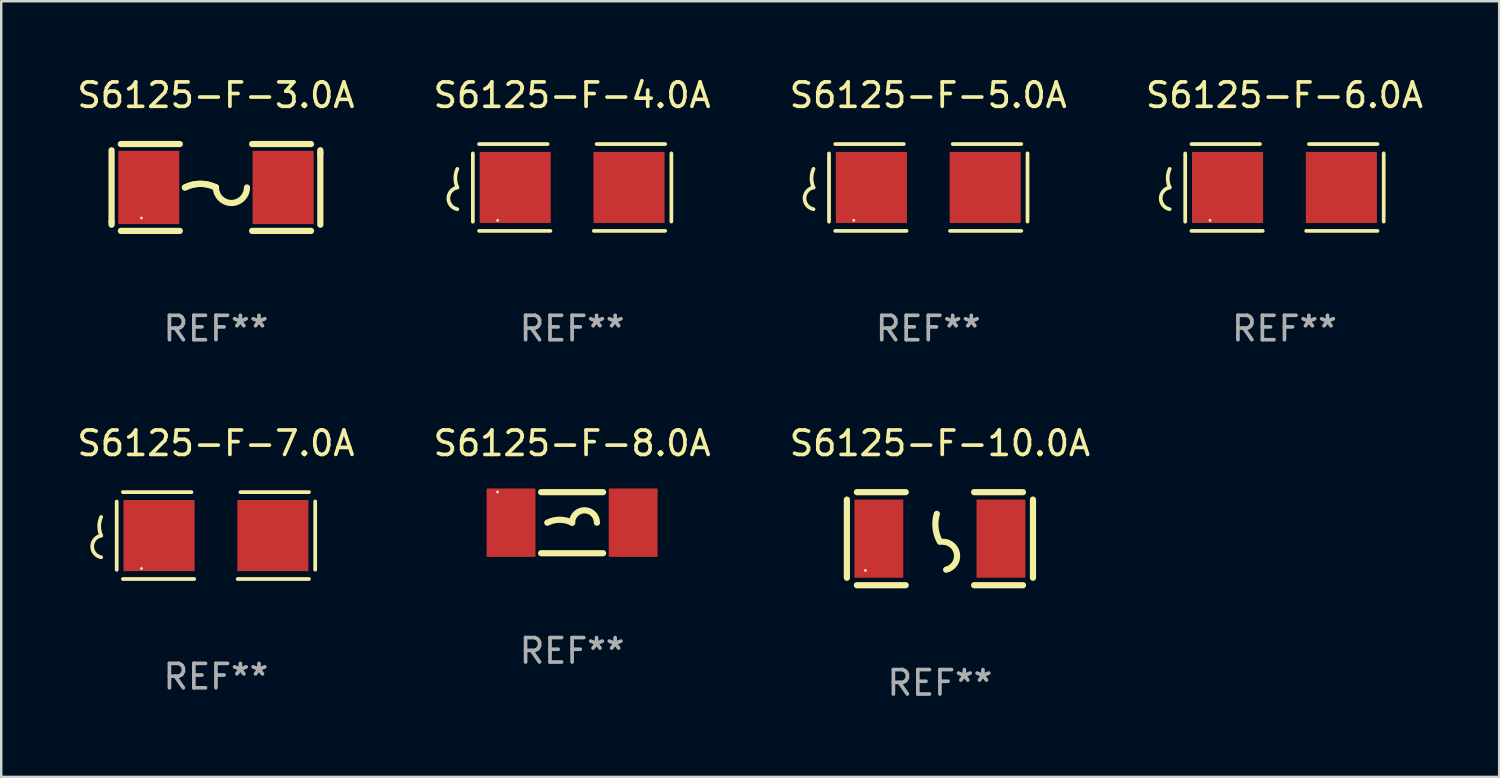
<source format=kicad_pcb>
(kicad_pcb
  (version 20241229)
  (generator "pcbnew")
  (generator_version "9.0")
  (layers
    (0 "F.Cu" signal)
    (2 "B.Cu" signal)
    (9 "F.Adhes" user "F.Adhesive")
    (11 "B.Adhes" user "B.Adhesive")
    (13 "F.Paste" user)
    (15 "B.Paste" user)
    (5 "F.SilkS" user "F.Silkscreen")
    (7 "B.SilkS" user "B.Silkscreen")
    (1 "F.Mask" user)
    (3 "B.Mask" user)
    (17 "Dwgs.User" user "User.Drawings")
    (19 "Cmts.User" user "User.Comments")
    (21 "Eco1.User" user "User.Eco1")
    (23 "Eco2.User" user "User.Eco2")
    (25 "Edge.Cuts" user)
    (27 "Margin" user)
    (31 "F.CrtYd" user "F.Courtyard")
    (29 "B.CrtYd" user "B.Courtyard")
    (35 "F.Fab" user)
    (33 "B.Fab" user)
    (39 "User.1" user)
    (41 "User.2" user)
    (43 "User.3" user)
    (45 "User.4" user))
  (footprint "S6125-F-8.0A"
    (layer "F.Cu")
    (at 20.375 18.351)
    (property "Reference" "S6125-F-8.0A" (at 0 -3.25 0) (layer "F.SilkS") (effects (font (size 1 1) (thickness 0.15))))
    (attr through_hole)
    (fp_line (start -1.269 -1.25) (end 1.269 -1.25) (stroke (width 0.254) (type solid)) (layer "F.SilkS"))
    (fp_line (start -1.269 1.25) (end 1.269 1.25) (stroke (width 0.254) (type solid)) (layer "F.SilkS"))
    (fp_arc (start -1.016002 0) (mid -0.508001 -0.119923) (end 0 0) (stroke (width 0.254001) (type solid)) (layer "F.SilkS"))
    (fp_arc (start 0 0) (mid 0.508001 -0.508001) (end 1.016002 0) (stroke (width 0.254001) (type solid)) (layer "F.SilkS"))
    (fp_circle (center -3.053 -1.256) (end -3.023 -1.256) (stroke (width 0.06) (type solid)) (fill no) (layer "F.SilkS"))
    (fp_text user "REF**" (at 0 5.25 0) (layer "F.Fab") (effects (font (size 1 1) (thickness 0.15))))
    (pad "1" smd rect (at -2.5 0) (size 2 2.8) (layers "F.Cu" "F.Mask" "F.Paste"))
    (pad "2" smd rect (at 2.5 0) (size 2 2.8) (layers "F.Cu" "F.Mask" "F.Paste")))
  (footprint "S6125-F-3.0A"
    (layer "F.Cu")
    (at 5.792 4.626)
    (property "Reference" "S6125-F-3.0A" (at 0 -3.778 0) (layer "F.SilkS") (effects (font (size 1 1) (thickness 0.15))))
    (attr through_hole)
    (fp_line (start -4.274 -1.524) (end -4.274 1.397) (stroke (width 0.254) (type solid)) (layer "F.SilkS"))
    (fp_line (start -4.274 1.397) (end -4.274 1.524) (stroke (width 0.254) (type solid)) (layer "F.SilkS"))
    (fp_line (start -3.893 1.778) (end -1.48 1.778) (stroke (width 0.254) (type solid)) (layer "F.SilkS"))
    (fp_line (start -1.48 -1.778) (end -3.893 -1.778) (stroke (width 0.254) (type solid)) (layer "F.SilkS"))
    (fp_line (start 1.48 1.778) (end 3.893 1.778) (stroke (width 0.254) (type solid)) (layer "F.SilkS"))
    (fp_line (start 3.893 -1.778) (end 1.48 -1.778) (stroke (width 0.254) (type solid)) (layer "F.SilkS"))
    (fp_line (start 4.274 -1.397) (end 4.274 -1.524) (stroke (width 0.254) (type solid)) (layer "F.SilkS"))
    (fp_line (start 4.274 1.524) (end 4.274 -1.397) (stroke (width 0.254) (type solid)) (layer "F.SilkS"))
    (fp_arc (start -1.26999 0) (mid -0.634989 -0.149903) (end 0.000013 0) (stroke (width 0.254001) (type solid)) (layer "F.SilkS"))
    (fp_arc (start -1.26999 0) (mid -0.634989 -0.149903) (end 0.000013 0) (stroke (width 0.254001) (type solid)) (layer "F.SilkS"))
    (fp_arc (start 1.270015 0) (mid 0.635014 0.635001) (end 0.000013 0) (stroke (width 0.254001) (type solid)) (layer "F.SilkS"))
    (fp_circle (center -3.05 1.25) (end -3.02 1.25) (stroke (width 0.06) (type solid)) (fill no) (layer "F.SilkS"))
    (fp_text user "REF**" (at 0 5.778 0) (layer "F.Fab") (effects (font (size 1 1) (thickness 0.15))))
    (pad "1" smd rect (at -2.75 0) (size 2.5 3) (layers "F.Cu" "F.Mask" "F.Paste"))
    (pad "2" smd rect (at 2.75 0) (size 2.5 3) (layers "F.Cu" "F.Mask" "F.Paste")))
  (footprint "S6125-F-7.0A"
    (layer "F.Cu")
    (at 5.792 18.879)
    (property "Reference" "S6125-F-7.0A" (at 0 -3.778 0) (layer "F.SilkS") (effects (font (size 1 1) (thickness 0.15))))
    (attr through_hole)
    (fp_line (start -4.064 -1.393) (end -4.064 1.401) (stroke (width 0.152) (type solid)) (layer "F.SilkS"))
    (fp_line (start -3.81 -1.778) (end -1.002 -1.778) (stroke (width 0.152) (type solid)) (layer "F.SilkS"))
    (fp_line (start -0.889 1.778) (end -3.81 1.778) (stroke (width 0.152) (type solid)) (layer "F.SilkS"))
    (fp_line (start 0.889 1.778) (end 3.81 1.778) (stroke (width 0.152) (type solid)) (layer "F.SilkS"))
    (fp_line (start 3.81 -1.778) (end 1.002 -1.778) (stroke (width 0.152) (type solid)) (layer "F.SilkS"))
    (fp_line (start 4.064 -1.397) (end 4.064 1.397) (stroke (width 0.152) (type solid)) (layer "F.SilkS"))
    (fp_arc (start -4.699009 0) (mid -4.780645 -0.381001) (end -4.699009 -0.762002) (stroke (width 0.151994) (type solid)) (layer "F.SilkS"))
    (fp_arc (start -4.699009 0.889002) (mid -5.066697 0.444501) (end -4.699009 0) (stroke (width 0.151994) (type solid)) (layer "F.SilkS"))
    (fp_circle (center -3.05 1.347) (end -3.02 1.347) (stroke (width 0.06) (type solid)) (fill no) (layer "F.SilkS"))
    (fp_text user "REF**" (at 0 5.778 0) (layer "F.Fab") (effects (font (size 1 1) (thickness 0.15))))
    (pad "1" smd rect (at -2.33 0) (size 2.91 2.911) (layers "F.Cu" "F.Mask" "F.Paste"))
    (pad "2" smd rect (at 2.33 0) (size 2.91 2.911) (layers "F.Cu" "F.Mask" "F.Paste")))
  (footprint "S6125-F-4.0A"
    (layer "F.Cu")
    (at 20.375 4.626)
    (property "Reference" "S6125-F-4.0A" (at 0 -3.778 0) (layer "F.SilkS") (effects (font (size 1 1) (thickness 0.15))))
    (attr through_hole)
    (fp_line (start -4.064 -1.393) (end -4.064 1.401) (stroke (width 0.152) (type solid)) (layer "F.SilkS"))
    (fp_line (start -3.81 -1.778) (end -1.002 -1.778) (stroke (width 0.152) (type solid)) (layer "F.SilkS"))
    (fp_line (start -0.889 1.778) (end -3.81 1.778) (stroke (width 0.152) (type solid)) (layer "F.SilkS"))
    (fp_line (start 0.889 1.778) (end 3.81 1.778) (stroke (width 0.152) (type solid)) (layer "F.SilkS"))
    (fp_line (start 3.81 -1.778) (end 1.002 -1.778) (stroke (width 0.152) (type solid)) (layer "F.SilkS"))
    (fp_line (start 4.064 -1.397) (end 4.064 1.397) (stroke (width 0.152) (type solid)) (layer "F.SilkS"))
    (fp_arc (start -4.699009 0) (mid -4.780645 -0.381001) (end -4.699009 -0.762002) (stroke (width 0.151994) (type solid)) (layer "F.SilkS"))
    (fp_arc (start -4.699009 0.889002) (mid -5.066697 0.444501) (end -4.699009 0) (stroke (width 0.151994) (type solid)) (layer "F.SilkS"))
    (fp_circle (center -3.05 1.347) (end -3.02 1.347) (stroke (width 0.06) (type solid)) (fill no) (layer "F.SilkS"))
    (fp_text user "REF**" (at 0 5.778 0) (layer "F.Fab") (effects (font (size 1 1) (thickness 0.15))))
    (pad "1" smd rect (at -2.33 0) (size 2.91 2.911) (layers "F.Cu" "F.Mask" "F.Paste"))
    (pad "2" smd rect (at 2.33 0) (size 2.91 2.911) (layers "F.Cu" "F.Mask" "F.Paste")))
  (footprint "S6125-F-5.0A"
    (layer "F.Cu")
    (at 34.958 4.626)
    (property "Reference" "S6125-F-5.0A" (at 0 -3.778 0) (layer "F.SilkS") (effects (font (size 1 1) (thickness 0.15))))
    (attr through_hole)
    (fp_line (start -4.064 -1.393) (end -4.064 1.401) (stroke (width 0.152) (type solid)) (layer "F.SilkS"))
    (fp_line (start -3.81 -1.778) (end -1.002 -1.778) (stroke (width 0.152) (type solid)) (layer "F.SilkS"))
    (fp_line (start -0.889 1.778) (end -3.81 1.778) (stroke (width 0.152) (type solid)) (layer "F.SilkS"))
    (fp_line (start 0.889 1.778) (end 3.81 1.778) (stroke (width 0.152) (type solid)) (layer "F.SilkS"))
    (fp_line (start 3.81 -1.778) (end 1.002 -1.778) (stroke (width 0.152) (type solid)) (layer "F.SilkS"))
    (fp_line (start 4.064 -1.397) (end 4.064 1.397) (stroke (width 0.152) (type solid)) (layer "F.SilkS"))
    (fp_arc (start -4.699009 0) (mid -4.780645 -0.381001) (end -4.699009 -0.762002) (stroke (width 0.151994) (type solid)) (layer "F.SilkS"))
    (fp_arc (start -4.699009 0.889002) (mid -5.066697 0.444501) (end -4.699009 0) (stroke (width 0.151994) (type solid)) (layer "F.SilkS"))
    (fp_circle (center -3.05 1.347) (end -3.02 1.347) (stroke (width 0.06) (type solid)) (fill no) (layer "F.SilkS"))
    (fp_text user "REF**" (at 0 5.778 0) (layer "F.Fab") (effects (font (size 1 1) (thickness 0.15))))
    (pad "1" smd rect (at -2.33 0) (size 2.91 2.911) (layers "F.Cu" "F.Mask" "F.Paste"))
    (pad "2" smd rect (at 2.33 0) (size 2.91 2.911) (layers "F.Cu" "F.Mask" "F.Paste")))
  (footprint "S6125-F-10.0A"
    (layer "F.Cu")
    (at 35.435 19.006)
    (property "Reference" "S6125-F-10.0A" (at 0 -3.905 0) (layer "F.SilkS") (effects (font (size 1 1) (thickness 0.15))))
    (attr through_hole)
    (fp_line (start -3.81 -1.6) (end -3.81 1.6) (stroke (width 0.254) (type solid)) (layer "F.SilkS"))
    (fp_line (start -3.4 -1.905) (end -1.4 -1.905) (stroke (width 0.254) (type solid)) (layer "F.SilkS"))
    (fp_line (start -3.4 1.905) (end -1.4 1.905) (stroke (width 0.254) (type solid)) (layer "F.SilkS"))
    (fp_line (start 1.4 -1.905) (end 3.4 -1.905) (stroke (width 0.254) (type solid)) (layer "F.SilkS"))
    (fp_line (start 1.4 1.905) (end 3.4 1.905) (stroke (width 0.254) (type solid)) (layer "F.SilkS"))
    (fp_line (start 3.81 -1.6) (end 3.81 1.6) (stroke (width 0.254) (type solid)) (layer "F.SilkS"))
    (fp_arc (start 0 0.127) (mid -0.178599 -0.431712) (end -0.127 -1.016002) (stroke (width 0.254001) (type solid)) (layer "F.SilkS"))
    (fp_arc (start 0.126999 0.127) (mid 0.698883 0.642014) (end 0.254001 1.270003) (stroke (width 0.254001) (type solid)) (layer "F.SilkS"))
    (fp_circle (center -3.05 1.3) (end -3.02 1.3) (stroke (width 0.06) (type solid)) (fill no) (layer "F.SilkS"))
    (fp_text user "REF**" (at 0 5.905 0) (layer "F.Fab") (effects (font (size 1 1) (thickness 0.15))))
    (pad "1" smd rect (at -2.5 0) (size 2 3.2) (layers "F.Cu" "F.Mask" "F.Paste"))
    (pad "2" smd rect (at 2.5 0) (size 2 3.2) (layers "F.Cu" "F.Mask" "F.Paste")))
  (footprint "S6125-F-6.0A"
    (layer "F.Cu")
    (at 49.542 4.626)
    (property "Reference" "S6125-F-6.0A" (at 0 -3.778 0) (layer "F.SilkS") (effects (font (size 1 1) (thickness 0.15))))
    (attr through_hole)
    (fp_line (start -4.064 -1.393) (end -4.064 1.401) (stroke (width 0.152) (type solid)) (layer "F.SilkS"))
    (fp_line (start -3.81 -1.778) (end -1.002 -1.778) (stroke (width 0.152) (type solid)) (layer "F.SilkS"))
    (fp_line (start -0.889 1.778) (end -3.81 1.778) (stroke (width 0.152) (type solid)) (layer "F.SilkS"))
    (fp_line (start 0.889 1.778) (end 3.81 1.778) (stroke (width 0.152) (type solid)) (layer "F.SilkS"))
    (fp_line (start 3.81 -1.778) (end 1.002 -1.778) (stroke (width 0.152) (type solid)) (layer "F.SilkS"))
    (fp_line (start 4.064 -1.397) (end 4.064 1.397) (stroke (width 0.152) (type solid)) (layer "F.SilkS"))
    (fp_arc (start -4.699009 0) (mid -4.780645 -0.381001) (end -4.699009 -0.762002) (stroke (width 0.151994) (type solid)) (layer "F.SilkS"))
    (fp_arc (start -4.699009 0.889002) (mid -5.066697 0.444501) (end -4.699009 0) (stroke (width 0.151994) (type solid)) (layer "F.SilkS"))
    (fp_circle (center -3.05 1.347) (end -3.02 1.347) (stroke (width 0.06) (type solid)) (fill no) (layer "F.SilkS"))
    (fp_text user "REF**" (at 0 5.778 0) (layer "F.Fab") (effects (font (size 1 1) (thickness 0.15))))
    (pad "1" smd rect (at -2.33 0) (size 2.91 2.911) (layers "F.Cu" "F.Mask" "F.Paste"))
    (pad "2" smd rect (at 2.33 0) (size 2.91 2.911) (layers "F.Cu" "F.Mask" "F.Paste")))
  (gr_rect
    (start -3 -3)
    (end 58.333 28.759)
    (stroke (width 0.1) (type default))
    (fill no)
    (layer "Edge.Cuts")))
</source>
